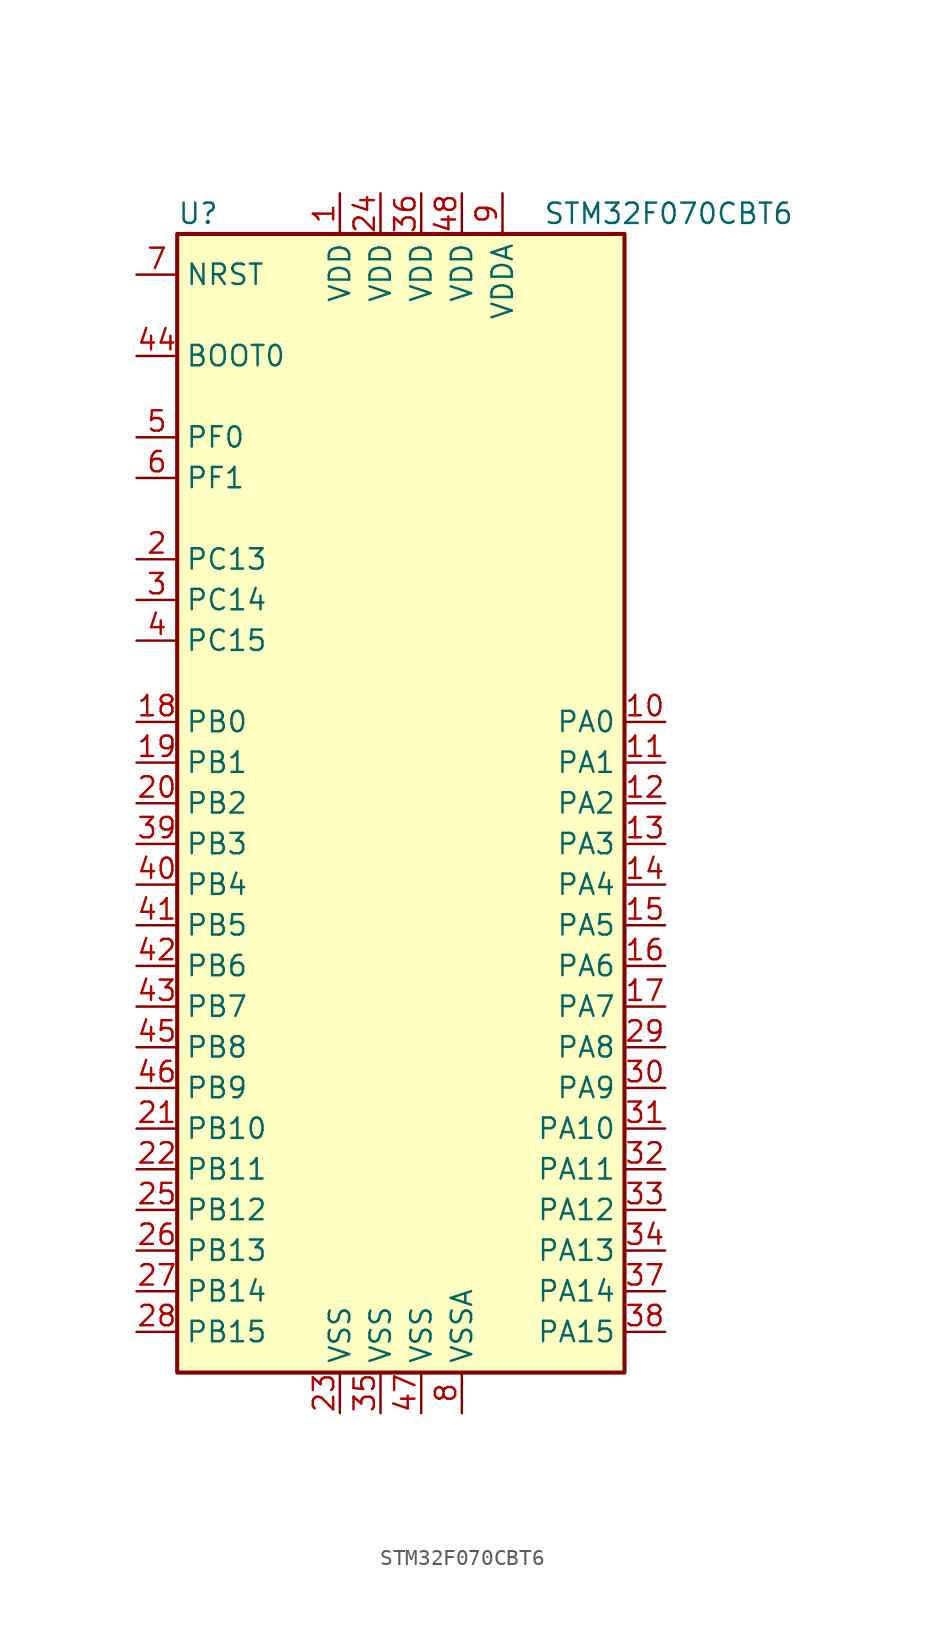
<source format=kicad_sym>
(kicad_symbol_lib
  (version 20220914)
  (generator kicad_symbol_editor)
  (symbol "STM32F070CBT6"
    (property "Reference" "U"
      (at -15.24 36.83 0)
      (effects (font (size 1.27 1.27)) (justify left)))
    (property "Value" "STM32F070CBT6"
      (at 7.62 36.83 0)
      (effects (font (size 1.27 1.27)) (justify left)))
    (symbol "STM32F070CBT6_0_1"
      (rectangle (start -15.24 -35.56) (end 12.7 35.56) (stroke (width 0.254) (type default)) (fill (type background))))
    (symbol "STM32F070CBT6_1_1"
      (pin power_in line (at -5.08 38.1 270) (length 2.54) (name "VDD" (effects (font (size 1.27 1.27)))) (number "1" (effects (font (size 1.27 1.27)))))
      (pin bidirectional line (at 15.24 5.08 180) (length 2.54) (name "PA0" (effects (font (size 1.27 1.27)))) (number "10" (effects (font (size 1.27 1.27)))))
      (pin bidirectional line (at 15.24 2.54 180) (length 2.54) (name "PA1" (effects (font (size 1.27 1.27)))) (number "11" (effects (font (size 1.27 1.27)))))
      (pin bidirectional line (at 15.24 0 180) (length 2.54) (name "PA2" (effects (font (size 1.27 1.27)))) (number "12" (effects (font (size 1.27 1.27)))))
      (pin bidirectional line (at 15.24 -2.54 180) (length 2.54) (name "PA3" (effects (font (size 1.27 1.27)))) (number "13" (effects (font (size 1.27 1.27)))))
      (pin bidirectional line (at 15.24 -5.08 180) (length 2.54) (name "PA4" (effects (font (size 1.27 1.27)))) (number "14" (effects (font (size 1.27 1.27)))))
      (pin bidirectional line (at 15.24 -7.62 180) (length 2.54) (name "PA5" (effects (font (size 1.27 1.27)))) (number "15" (effects (font (size 1.27 1.27)))))
      (pin bidirectional line (at 15.24 -10.16 180) (length 2.54) (name "PA6" (effects (font (size 1.27 1.27)))) (number "16" (effects (font (size 1.27 1.27)))))
      (pin bidirectional line (at 15.24 -12.7 180) (length 2.54) (name "PA7" (effects (font (size 1.27 1.27)))) (number "17" (effects (font (size 1.27 1.27)))))
      (pin bidirectional line (at -17.78 5.08 0) (length 2.54) (name "PB0" (effects (font (size 1.27 1.27)))) (number "18" (effects (font (size 1.27 1.27)))))
      (pin bidirectional line (at -17.78 2.54 0) (length 2.54) (name "PB1" (effects (font (size 1.27 1.27)))) (number "19" (effects (font (size 1.27 1.27)))))
      (pin bidirectional line (at -17.78 15.24 0) (length 2.54) (name "PC13" (effects (font (size 1.27 1.27)))) (number "2" (effects (font (size 1.27 1.27)))))
      (pin bidirectional line (at -17.78 0 0) (length 2.54) (name "PB2" (effects (font (size 1.27 1.27)))) (number "20" (effects (font (size 1.27 1.27)))))
      (pin bidirectional line (at -17.78 -20.32 0) (length 2.54) (name "PB10" (effects (font (size 1.27 1.27)))) (number "21" (effects (font (size 1.27 1.27)))))
      (pin bidirectional line (at -17.78 -22.86 0) (length 2.54) (name "PB11" (effects (font (size 1.27 1.27)))) (number "22" (effects (font (size 1.27 1.27)))))
      (pin power_in line (at -5.08 -38.1 90) (length 2.54) (name "VSS" (effects (font (size 1.27 1.27)))) (number "23" (effects (font (size 1.27 1.27)))))
      (pin power_in line (at -2.54 38.1 270) (length 2.54) (name "VDD" (effects (font (size 1.27 1.27)))) (number "24" (effects (font (size 1.27 1.27)))))
      (pin bidirectional line (at -17.78 -25.4 0) (length 2.54) (name "PB12" (effects (font (size 1.27 1.27)))) (number "25" (effects (font (size 1.27 1.27)))))
      (pin bidirectional line (at -17.78 -27.94 0) (length 2.54) (name "PB13" (effects (font (size 1.27 1.27)))) (number "26" (effects (font (size 1.27 1.27)))))
      (pin bidirectional line (at -17.78 -30.48 0) (length 2.54) (name "PB14" (effects (font (size 1.27 1.27)))) (number "27" (effects (font (size 1.27 1.27)))))
      (pin bidirectional line (at -17.78 -33.02 0) (length 2.54) (name "PB15" (effects (font (size 1.27 1.27)))) (number "28" (effects (font (size 1.27 1.27)))))
      (pin bidirectional line (at 15.24 -15.24 180) (length 2.54) (name "PA8" (effects (font (size 1.27 1.27)))) (number "29" (effects (font (size 1.27 1.27)))))
      (pin bidirectional line (at -17.78 12.7 0) (length 2.54) (name "PC14" (effects (font (size 1.27 1.27)))) (number "3" (effects (font (size 1.27 1.27)))))
      (pin bidirectional line (at 15.24 -17.78 180) (length 2.54) (name "PA9" (effects (font (size 1.27 1.27)))) (number "30" (effects (font (size 1.27 1.27)))))
      (pin bidirectional line (at 15.24 -20.32 180) (length 2.54) (name "PA10" (effects (font (size 1.27 1.27)))) (number "31" (effects (font (size 1.27 1.27)))))
      (pin bidirectional line (at 15.24 -22.86 180) (length 2.54) (name "PA11" (effects (font (size 1.27 1.27)))) (number "32" (effects (font (size 1.27 1.27)))))
      (pin bidirectional line (at 15.24 -25.4 180) (length 2.54) (name "PA12" (effects (font (size 1.27 1.27)))) (number "33" (effects (font (size 1.27 1.27)))))
      (pin bidirectional line (at 15.24 -27.94 180) (length 2.54) (name "PA13" (effects (font (size 1.27 1.27)))) (number "34" (effects (font (size 1.27 1.27)))))
      (pin power_in line (at -2.54 -38.1 90) (length 2.54) (name "VSS" (effects (font (size 1.27 1.27)))) (number "35" (effects (font (size 1.27 1.27)))))
      (pin power_in line (at 0 38.1 270) (length 2.54) (name "VDD" (effects (font (size 1.27 1.27)))) (number "36" (effects (font (size 1.27 1.27)))))
      (pin bidirectional line (at 15.24 -30.48 180) (length 2.54) (name "PA14" (effects (font (size 1.27 1.27)))) (number "37" (effects (font (size 1.27 1.27)))))
      (pin bidirectional line (at 15.24 -33.02 180) (length 2.54) (name "PA15" (effects (font (size 1.27 1.27)))) (number "38" (effects (font (size 1.27 1.27)))))
      (pin bidirectional line (at -17.78 -2.54 0) (length 2.54) (name "PB3" (effects (font (size 1.27 1.27)))) (number "39" (effects (font (size 1.27 1.27)))))
      (pin bidirectional line (at -17.78 10.16 0) (length 2.54) (name "PC15" (effects (font (size 1.27 1.27)))) (number "4" (effects (font (size 1.27 1.27)))))
      (pin bidirectional line (at -17.78 -5.08 0) (length 2.54) (name "PB4" (effects (font (size 1.27 1.27)))) (number "40" (effects (font (size 1.27 1.27)))))
      (pin bidirectional line (at -17.78 -7.62 0) (length 2.54) (name "PB5" (effects (font (size 1.27 1.27)))) (number "41" (effects (font (size 1.27 1.27)))))
      (pin bidirectional line (at -17.78 -10.16 0) (length 2.54) (name "PB6" (effects (font (size 1.27 1.27)))) (number "42" (effects (font (size 1.27 1.27)))))
      (pin bidirectional line (at -17.78 -12.7 0) (length 2.54) (name "PB7" (effects (font (size 1.27 1.27)))) (number "43" (effects (font (size 1.27 1.27)))))
      (pin input line (at -17.78 27.94 0) (length 2.54) (name "BOOT0" (effects (font (size 1.27 1.27)))) (number "44" (effects (font (size 1.27 1.27)))))
      (pin bidirectional line (at -17.78 -15.24 0) (length 2.54) (name "PB8" (effects (font (size 1.27 1.27)))) (number "45" (effects (font (size 1.27 1.27)))))
      (pin bidirectional line (at -17.78 -17.78 0) (length 2.54) (name "PB9" (effects (font (size 1.27 1.27)))) (number "46" (effects (font (size 1.27 1.27)))))
      (pin power_in line (at 0 -38.1 90) (length 2.54) (name "VSS" (effects (font (size 1.27 1.27)))) (number "47" (effects (font (size 1.27 1.27)))))
      (pin power_in line (at 2.54 38.1 270) (length 2.54) (name "VDD" (effects (font (size 1.27 1.27)))) (number "48" (effects (font (size 1.27 1.27)))))
      (pin input line (at -17.78 22.86 0) (length 2.54) (name "PF0" (effects (font (size 1.27 1.27)))) (number "5" (effects (font (size 1.27 1.27)))))
      (pin input line (at -17.78 20.32 0) (length 2.54) (name "PF1" (effects (font (size 1.27 1.27)))) (number "6" (effects (font (size 1.27 1.27)))))
      (pin input line (at -17.78 33.02 0) (length 2.54) (name "NRST" (effects (font (size 1.27 1.27)))) (number "7" (effects (font (size 1.27 1.27)))))
      (pin power_in line (at 2.54 -38.1 90) (length 2.54) (name "VSSA" (effects (font (size 1.27 1.27)))) (number "8" (effects (font (size 1.27 1.27)))))
      (pin power_in line (at 5.08 38.1 270) (length 2.54) (name "VDDA" (effects (font (size 1.27 1.27)))) (number "9" (effects (font (size 1.27 1.27))))))))
</source>
